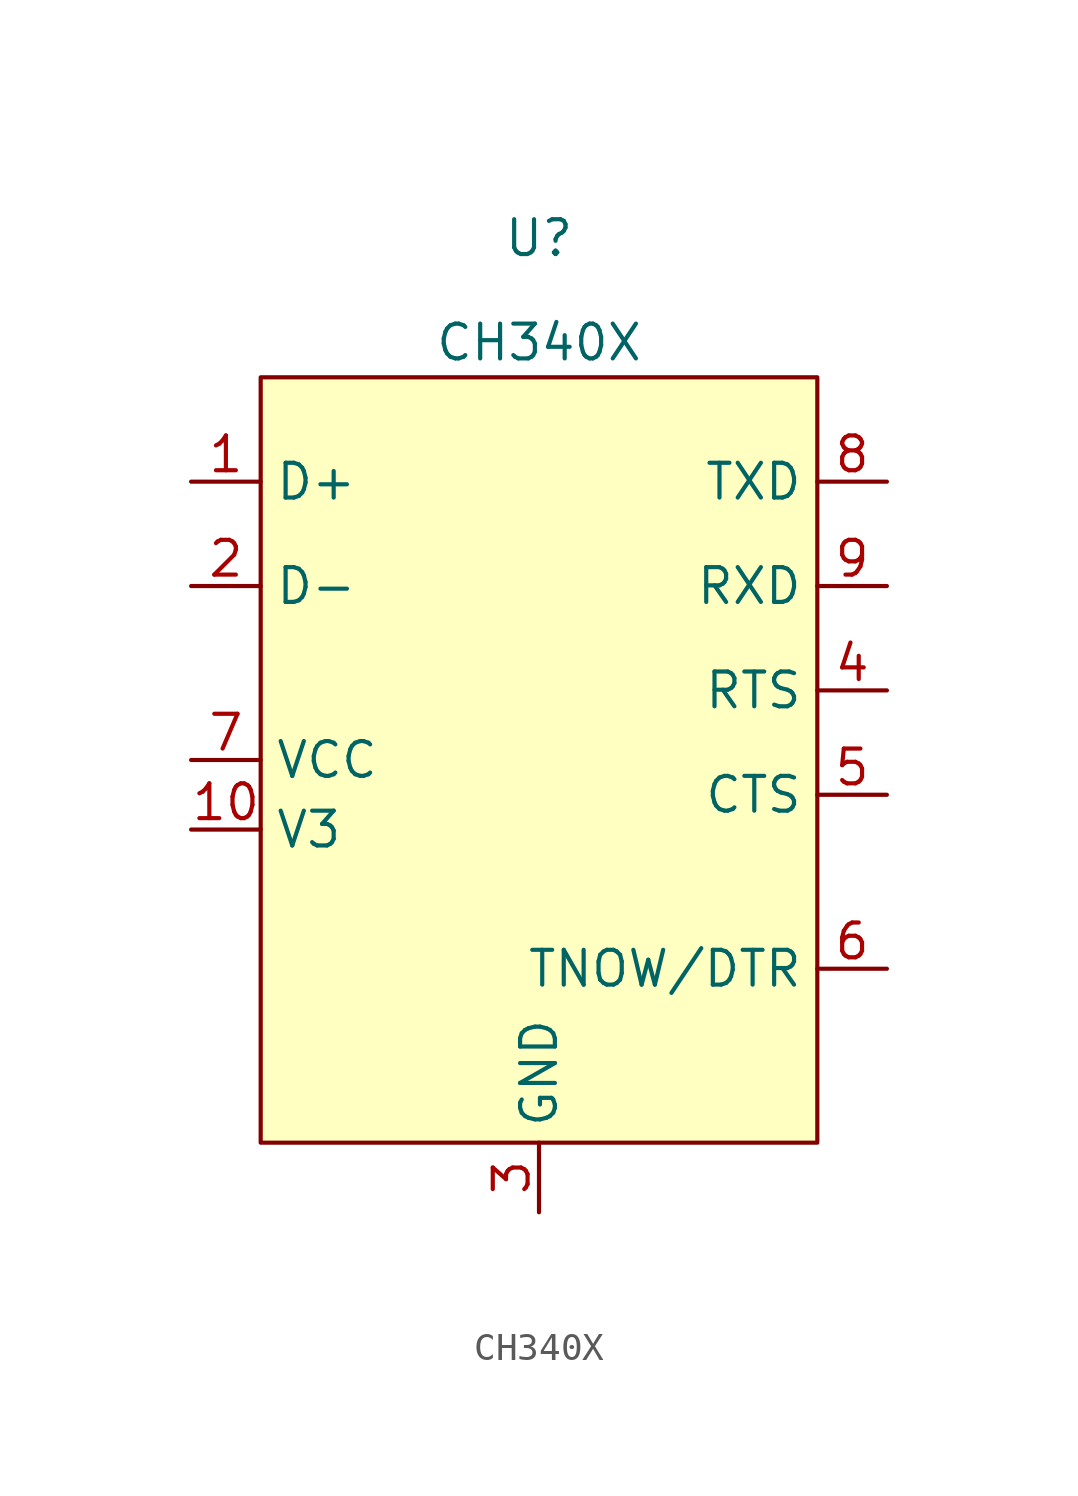
<source format=kicad_sym>
(kicad_symbol_lib
  (version 20220914)
  (generator kicad_symbol_editor)
  (symbol "CH340X"
    (property "Reference" "U"
      (at 0 19.05 0)
      (effects (font (size 1.27 1.27))))
    (property "Value" "CH340X"
      (at 0 15.24 0)
      (effects (font (size 1.27 1.27))))
    (symbol "CH340X_1_1"
      (rectangle (start -10.16 13.97) (end 10.16 -13.97) (stroke (width 0) (type default)) (fill (type background)))
      (pin input line (at -12.7 10.16 0) (length 2.54) (name "D+" (effects (font (size 1.27 1.27)))) (number "1" (effects (font (size 1.27 1.27)))))
      (pin input line (at -12.7 -2.54 0) (length 2.54) (name "V3" (effects (font (size 1.27 1.27)))) (number "10" (effects (font (size 1.27 1.27)))))
      (pin input line (at -12.7 6.35 0) (length 2.54) (name "D-" (effects (font (size 1.27 1.27)))) (number "2" (effects (font (size 1.27 1.27)))))
      (pin input line (at 0 -16.51 90) (length 2.54) (name "GND" (effects (font (size 1.27 1.27)))) (number "3" (effects (font (size 1.27 1.27)))))
      (pin input line (at 12.7 2.54 180) (length 2.54) (name "RTS" (effects (font (size 1.27 1.27)))) (number "4" (effects (font (size 1.27 1.27)))))
      (pin input line (at 12.7 -1.27 180) (length 2.54) (name "CTS" (effects (font (size 1.27 1.27)))) (number "5" (effects (font (size 1.27 1.27)))))
      (pin input line (at 12.7 -7.62 180) (length 2.54) (name "TNOW/DTR" (effects (font (size 1.27 1.27)))) (number "6" (effects (font (size 1.27 1.27)))))
      (pin input line (at -12.7 0 0) (length 2.54) (name "VCC" (effects (font (size 1.27 1.27)))) (number "7" (effects (font (size 1.27 1.27)))))
      (pin input line (at 12.7 10.16 180) (length 2.54) (name "TXD" (effects (font (size 1.27 1.27)))) (number "8" (effects (font (size 1.27 1.27)))))
      (pin input line (at 12.7 6.35 180) (length 2.54) (name "RXD" (effects (font (size 1.27 1.27)))) (number "9" (effects (font (size 1.27 1.27))))))))
</source>
